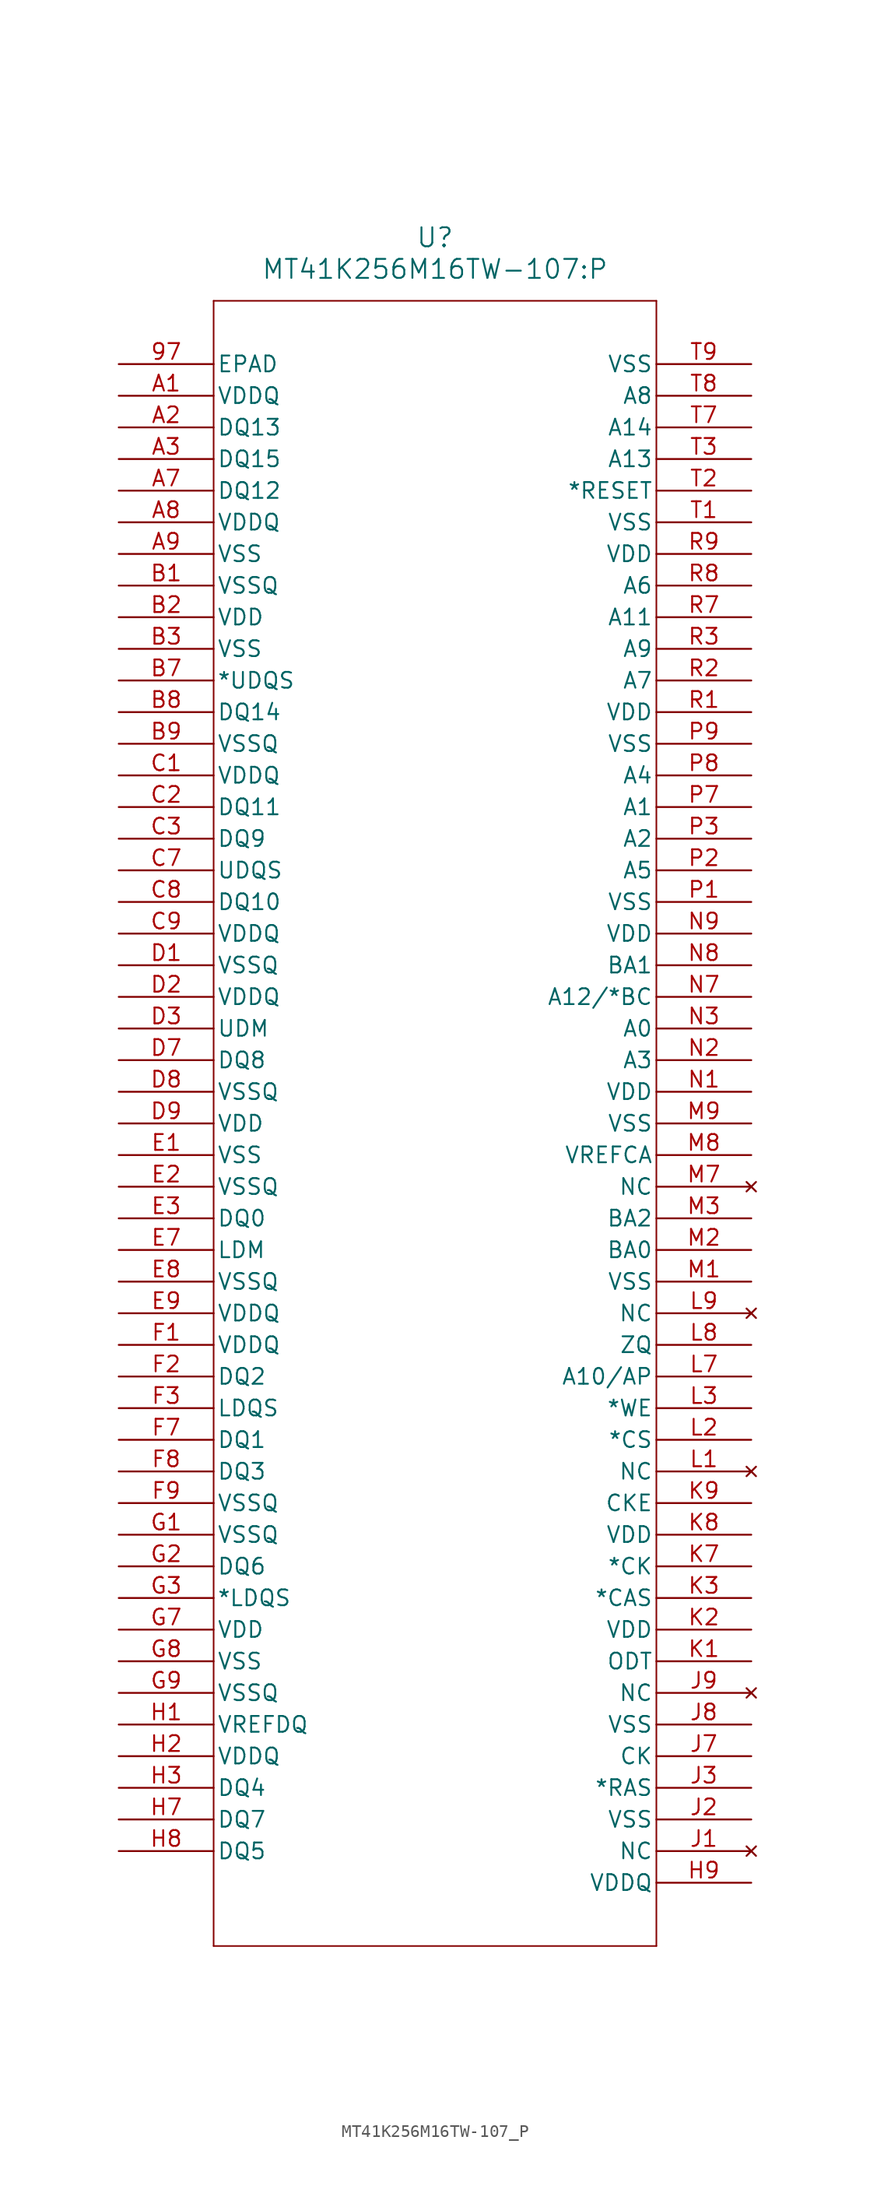
<source format=kicad_sym>
(kicad_symbol_lib
  (version 20211014)
  (generator kicad_symbol_editor)
  (symbol "MT41K256M16TW-107_P"
    (pin_names
      (offset 0.254))
    (property "Reference" "U"
      (at 25.4 10.16 0)
      (effects (font (size 1.524 1.524))))
    (property "Value" "MT41K256M16TW-107:P"
      (at 25.4 7.62 0)
      (effects (font (size 1.524 1.524))))
    (symbol "MT41K256M16TW-107_P_0_1"
      (polyline (pts (xy 7.62 5.08) (xy 7.62 -127)) (stroke (width 0.127) (type default) (color 0 0 0 0)) (fill (type none)))
      (polyline (pts (xy 7.62 -127) (xy 43.18 -127)) (stroke (width 0.127) (type default) (color 0 0 0 0)) (fill (type none)))
      (polyline (pts (xy 43.18 -127) (xy 43.18 5.08)) (stroke (width 0.127) (type default) (color 0 0 0 0)) (fill (type none)))
      (polyline (pts (xy 43.18 5.08) (xy 7.62 5.08)) (stroke (width 0.127) (type default) (color 0 0 0 0)) (fill (type none)))
      (pin unspecified line (at 0 0 0) (length 7.62) (name "EPAD" (effects (font (size 1.27 1.27)))) (number "97" (effects (font (size 1.27 1.27)))))
      (pin power_in line (at 0 -2.54 0) (length 7.62) (name "VDDQ" (effects (font (size 1.27 1.27)))) (number "A1" (effects (font (size 1.27 1.27)))))
      (pin bidirectional line (at 0 -5.08 0) (length 7.62) (name "DQ13" (effects (font (size 1.27 1.27)))) (number "A2" (effects (font (size 1.27 1.27)))))
      (pin bidirectional line (at 0 -7.62 0) (length 7.62) (name "DQ15" (effects (font (size 1.27 1.27)))) (number "A3" (effects (font (size 1.27 1.27)))))
      (pin bidirectional line (at 0 -10.16 0) (length 7.62) (name "DQ12" (effects (font (size 1.27 1.27)))) (number "A7" (effects (font (size 1.27 1.27)))))
      (pin power_in line (at 0 -12.7 0) (length 7.62) (name "VDDQ" (effects (font (size 1.27 1.27)))) (number "A8" (effects (font (size 1.27 1.27)))))
      (pin power_in line (at 0 -15.24 0) (length 7.62) (name "VSS" (effects (font (size 1.27 1.27)))) (number "A9" (effects (font (size 1.27 1.27)))))
      (pin power_in line (at 0 -17.78 0) (length 7.62) (name "VSSQ" (effects (font (size 1.27 1.27)))) (number "B1" (effects (font (size 1.27 1.27)))))
      (pin power_in line (at 0 -20.32 0) (length 7.62) (name "VDD" (effects (font (size 1.27 1.27)))) (number "B2" (effects (font (size 1.27 1.27)))))
      (pin power_in line (at 0 -22.86 0) (length 7.62) (name "VSS" (effects (font (size 1.27 1.27)))) (number "B3" (effects (font (size 1.27 1.27)))))
      (pin bidirectional line (at 0 -25.4 0) (length 7.62) (name "*UDQS" (effects (font (size 1.27 1.27)))) (number "B7" (effects (font (size 1.27 1.27)))))
      (pin bidirectional line (at 0 -27.94 0) (length 7.62) (name "DQ14" (effects (font (size 1.27 1.27)))) (number "B8" (effects (font (size 1.27 1.27)))))
      (pin power_in line (at 0 -30.48 0) (length 7.62) (name "VSSQ" (effects (font (size 1.27 1.27)))) (number "B9" (effects (font (size 1.27 1.27)))))
      (pin power_in line (at 0 -33.02 0) (length 7.62) (name "VDDQ" (effects (font (size 1.27 1.27)))) (number "C1" (effects (font (size 1.27 1.27)))))
      (pin bidirectional line (at 0 -35.56 0) (length 7.62) (name "DQ11" (effects (font (size 1.27 1.27)))) (number "C2" (effects (font (size 1.27 1.27)))))
      (pin bidirectional line (at 0 -38.1 0) (length 7.62) (name "DQ9" (effects (font (size 1.27 1.27)))) (number "C3" (effects (font (size 1.27 1.27)))))
      (pin bidirectional line (at 0 -40.64 0) (length 7.62) (name "UDQS" (effects (font (size 1.27 1.27)))) (number "C7" (effects (font (size 1.27 1.27)))))
      (pin bidirectional line (at 0 -43.18 0) (length 7.62) (name "DQ10" (effects (font (size 1.27 1.27)))) (number "C8" (effects (font (size 1.27 1.27)))))
      (pin power_in line (at 0 -45.72 0) (length 7.62) (name "VDDQ" (effects (font (size 1.27 1.27)))) (number "C9" (effects (font (size 1.27 1.27)))))
      (pin power_in line (at 0 -48.26 0) (length 7.62) (name "VSSQ" (effects (font (size 1.27 1.27)))) (number "D1" (effects (font (size 1.27 1.27)))))
      (pin power_in line (at 0 -50.8 0) (length 7.62) (name "VDDQ" (effects (font (size 1.27 1.27)))) (number "D2" (effects (font (size 1.27 1.27)))))
      (pin input line (at 0 -53.34 0) (length 7.62) (name "UDM" (effects (font (size 1.27 1.27)))) (number "D3" (effects (font (size 1.27 1.27)))))
      (pin bidirectional line (at 0 -55.88 0) (length 7.62) (name "DQ8" (effects (font (size 1.27 1.27)))) (number "D7" (effects (font (size 1.27 1.27)))))
      (pin power_in line (at 0 -58.42 0) (length 7.62) (name "VSSQ" (effects (font (size 1.27 1.27)))) (number "D8" (effects (font (size 1.27 1.27)))))
      (pin power_in line (at 0 -60.96 0) (length 7.62) (name "VDD" (effects (font (size 1.27 1.27)))) (number "D9" (effects (font (size 1.27 1.27)))))
      (pin power_in line (at 0 -63.5 0) (length 7.62) (name "VSS" (effects (font (size 1.27 1.27)))) (number "E1" (effects (font (size 1.27 1.27)))))
      (pin power_in line (at 0 -66.04 0) (length 7.62) (name "VSSQ" (effects (font (size 1.27 1.27)))) (number "E2" (effects (font (size 1.27 1.27)))))
      (pin bidirectional line (at 0 -68.58 0) (length 7.62) (name "DQ0" (effects (font (size 1.27 1.27)))) (number "E3" (effects (font (size 1.27 1.27)))))
      (pin input line (at 0 -71.12 0) (length 7.62) (name "LDM" (effects (font (size 1.27 1.27)))) (number "E7" (effects (font (size 1.27 1.27)))))
      (pin power_in line (at 0 -73.66 0) (length 7.62) (name "VSSQ" (effects (font (size 1.27 1.27)))) (number "E8" (effects (font (size 1.27 1.27)))))
      (pin power_in line (at 0 -76.2 0) (length 7.62) (name "VDDQ" (effects (font (size 1.27 1.27)))) (number "E9" (effects (font (size 1.27 1.27)))))
      (pin power_in line (at 0 -78.74 0) (length 7.62) (name "VDDQ" (effects (font (size 1.27 1.27)))) (number "F1" (effects (font (size 1.27 1.27)))))
      (pin bidirectional line (at 0 -81.28 0) (length 7.62) (name "DQ2" (effects (font (size 1.27 1.27)))) (number "F2" (effects (font (size 1.27 1.27)))))
      (pin bidirectional line (at 0 -83.82 0) (length 7.62) (name "LDQS" (effects (font (size 1.27 1.27)))) (number "F3" (effects (font (size 1.27 1.27)))))
      (pin bidirectional line (at 0 -86.36 0) (length 7.62) (name "DQ1" (effects (font (size 1.27 1.27)))) (number "F7" (effects (font (size 1.27 1.27)))))
      (pin bidirectional line (at 0 -88.9 0) (length 7.62) (name "DQ3" (effects (font (size 1.27 1.27)))) (number "F8" (effects (font (size 1.27 1.27)))))
      (pin power_in line (at 0 -91.44 0) (length 7.62) (name "VSSQ" (effects (font (size 1.27 1.27)))) (number "F9" (effects (font (size 1.27 1.27)))))
      (pin power_in line (at 0 -93.98 0) (length 7.62) (name "VSSQ" (effects (font (size 1.27 1.27)))) (number "G1" (effects (font (size 1.27 1.27)))))
      (pin bidirectional line (at 0 -96.52 0) (length 7.62) (name "DQ6" (effects (font (size 1.27 1.27)))) (number "G2" (effects (font (size 1.27 1.27)))))
      (pin bidirectional line (at 0 -99.06 0) (length 7.62) (name "*LDQS" (effects (font (size 1.27 1.27)))) (number "G3" (effects (font (size 1.27 1.27)))))
      (pin power_in line (at 0 -101.6 0) (length 7.62) (name "VDD" (effects (font (size 1.27 1.27)))) (number "G7" (effects (font (size 1.27 1.27)))))
      (pin power_in line (at 0 -104.14 0) (length 7.62) (name "VSS" (effects (font (size 1.27 1.27)))) (number "G8" (effects (font (size 1.27 1.27)))))
      (pin power_in line (at 0 -106.68 0) (length 7.62) (name "VSSQ" (effects (font (size 1.27 1.27)))) (number "G9" (effects (font (size 1.27 1.27)))))
      (pin power_in line (at 0 -109.22 0) (length 7.62) (name "VREFDQ" (effects (font (size 1.27 1.27)))) (number "H1" (effects (font (size 1.27 1.27)))))
      (pin power_in line (at 0 -111.76 0) (length 7.62) (name "VDDQ" (effects (font (size 1.27 1.27)))) (number "H2" (effects (font (size 1.27 1.27)))))
      (pin bidirectional line (at 0 -114.3 0) (length 7.62) (name "DQ4" (effects (font (size 1.27 1.27)))) (number "H3" (effects (font (size 1.27 1.27)))))
      (pin bidirectional line (at 0 -116.84 0) (length 7.62) (name "DQ7" (effects (font (size 1.27 1.27)))) (number "H7" (effects (font (size 1.27 1.27)))))
      (pin bidirectional line (at 0 -119.38 0) (length 7.62) (name "DQ5" (effects (font (size 1.27 1.27)))) (number "H8" (effects (font (size 1.27 1.27)))))
      (pin power_in line (at 50.8 -121.92 180) (length 7.62) (name "VDDQ" (effects (font (size 1.27 1.27)))) (number "H9" (effects (font (size 1.27 1.27)))))
      (pin no_connect line (at 50.8 -119.38 180) (length 7.62) (name "NC" (effects (font (size 1.27 1.27)))) (number "J1" (effects (font (size 1.27 1.27)))))
      (pin power_in line (at 50.8 -116.84 180) (length 7.62) (name "VSS" (effects (font (size 1.27 1.27)))) (number "J2" (effects (font (size 1.27 1.27)))))
      (pin input line (at 50.8 -114.3 180) (length 7.62) (name "*RAS" (effects (font (size 1.27 1.27)))) (number "J3" (effects (font (size 1.27 1.27)))))
      (pin input line (at 50.8 -111.76 180) (length 7.62) (name "CK" (effects (font (size 1.27 1.27)))) (number "J7" (effects (font (size 1.27 1.27)))))
      (pin power_in line (at 50.8 -109.22 180) (length 7.62) (name "VSS" (effects (font (size 1.27 1.27)))) (number "J8" (effects (font (size 1.27 1.27)))))
      (pin no_connect line (at 50.8 -106.68 180) (length 7.62) (name "NC" (effects (font (size 1.27 1.27)))) (number "J9" (effects (font (size 1.27 1.27)))))
      (pin input line (at 50.8 -104.14 180) (length 7.62) (name "ODT" (effects (font (size 1.27 1.27)))) (number "K1" (effects (font (size 1.27 1.27)))))
      (pin power_in line (at 50.8 -101.6 180) (length 7.62) (name "VDD" (effects (font (size 1.27 1.27)))) (number "K2" (effects (font (size 1.27 1.27)))))
      (pin input line (at 50.8 -99.06 180) (length 7.62) (name "*CAS" (effects (font (size 1.27 1.27)))) (number "K3" (effects (font (size 1.27 1.27)))))
      (pin input line (at 50.8 -96.52 180) (length 7.62) (name "*CK" (effects (font (size 1.27 1.27)))) (number "K7" (effects (font (size 1.27 1.27)))))
      (pin power_in line (at 50.8 -93.98 180) (length 7.62) (name "VDD" (effects (font (size 1.27 1.27)))) (number "K8" (effects (font (size 1.27 1.27)))))
      (pin input line (at 50.8 -91.44 180) (length 7.62) (name "CKE" (effects (font (size 1.27 1.27)))) (number "K9" (effects (font (size 1.27 1.27)))))
      (pin no_connect line (at 50.8 -88.9 180) (length 7.62) (name "NC" (effects (font (size 1.27 1.27)))) (number "L1" (effects (font (size 1.27 1.27)))))
      (pin input line (at 50.8 -86.36 180) (length 7.62) (name "*CS" (effects (font (size 1.27 1.27)))) (number "L2" (effects (font (size 1.27 1.27)))))
      (pin input line (at 50.8 -83.82 180) (length 7.62) (name "*WE" (effects (font (size 1.27 1.27)))) (number "L3" (effects (font (size 1.27 1.27)))))
      (pin input line (at 50.8 -81.28 180) (length 7.62) (name "A10/AP" (effects (font (size 1.27 1.27)))) (number "L7" (effects (font (size 1.27 1.27)))))
      (pin unspecified line (at 50.8 -78.74 180) (length 7.62) (name "ZQ" (effects (font (size 1.27 1.27)))) (number "L8" (effects (font (size 1.27 1.27)))))
      (pin no_connect line (at 50.8 -76.2 180) (length 7.62) (name "NC" (effects (font (size 1.27 1.27)))) (number "L9" (effects (font (size 1.27 1.27)))))
      (pin power_in line (at 50.8 -73.66 180) (length 7.62) (name "VSS" (effects (font (size 1.27 1.27)))) (number "M1" (effects (font (size 1.27 1.27)))))
      (pin input line (at 50.8 -71.12 180) (length 7.62) (name "BA0" (effects (font (size 1.27 1.27)))) (number "M2" (effects (font (size 1.27 1.27)))))
      (pin input line (at 50.8 -68.58 180) (length 7.62) (name "BA2" (effects (font (size 1.27 1.27)))) (number "M3" (effects (font (size 1.27 1.27)))))
      (pin no_connect line (at 50.8 -66.04 180) (length 7.62) (name "NC" (effects (font (size 1.27 1.27)))) (number "M7" (effects (font (size 1.27 1.27)))))
      (pin power_in line (at 50.8 -63.5 180) (length 7.62) (name "VREFCA" (effects (font (size 1.27 1.27)))) (number "M8" (effects (font (size 1.27 1.27)))))
      (pin power_in line (at 50.8 -60.96 180) (length 7.62) (name "VSS" (effects (font (size 1.27 1.27)))) (number "M9" (effects (font (size 1.27 1.27)))))
      (pin power_in line (at 50.8 -58.42 180) (length 7.62) (name "VDD" (effects (font (size 1.27 1.27)))) (number "N1" (effects (font (size 1.27 1.27)))))
      (pin input line (at 50.8 -55.88 180) (length 7.62) (name "A3" (effects (font (size 1.27 1.27)))) (number "N2" (effects (font (size 1.27 1.27)))))
      (pin input line (at 50.8 -53.34 180) (length 7.62) (name "A0" (effects (font (size 1.27 1.27)))) (number "N3" (effects (font (size 1.27 1.27)))))
      (pin input line (at 50.8 -50.8 180) (length 7.62) (name "A12/*BC" (effects (font (size 1.27 1.27)))) (number "N7" (effects (font (size 1.27 1.27)))))
      (pin input line (at 50.8 -48.26 180) (length 7.62) (name "BA1" (effects (font (size 1.27 1.27)))) (number "N8" (effects (font (size 1.27 1.27)))))
      (pin power_in line (at 50.8 -45.72 180) (length 7.62) (name "VDD" (effects (font (size 1.27 1.27)))) (number "N9" (effects (font (size 1.27 1.27)))))
      (pin power_in line (at 50.8 -43.18 180) (length 7.62) (name "VSS" (effects (font (size 1.27 1.27)))) (number "P1" (effects (font (size 1.27 1.27)))))
      (pin input line (at 50.8 -40.64 180) (length 7.62) (name "A5" (effects (font (size 1.27 1.27)))) (number "P2" (effects (font (size 1.27 1.27)))))
      (pin input line (at 50.8 -38.1 180) (length 7.62) (name "A2" (effects (font (size 1.27 1.27)))) (number "P3" (effects (font (size 1.27 1.27)))))
      (pin input line (at 50.8 -35.56 180) (length 7.62) (name "A1" (effects (font (size 1.27 1.27)))) (number "P7" (effects (font (size 1.27 1.27)))))
      (pin input line (at 50.8 -33.02 180) (length 7.62) (name "A4" (effects (font (size 1.27 1.27)))) (number "P8" (effects (font (size 1.27 1.27)))))
      (pin power_in line (at 50.8 -30.48 180) (length 7.62) (name "VSS" (effects (font (size 1.27 1.27)))) (number "P9" (effects (font (size 1.27 1.27)))))
      (pin power_in line (at 50.8 -27.94 180) (length 7.62) (name "VDD" (effects (font (size 1.27 1.27)))) (number "R1" (effects (font (size 1.27 1.27)))))
      (pin input line (at 50.8 -25.4 180) (length 7.62) (name "A7" (effects (font (size 1.27 1.27)))) (number "R2" (effects (font (size 1.27 1.27)))))
      (pin input line (at 50.8 -22.86 180) (length 7.62) (name "A9" (effects (font (size 1.27 1.27)))) (number "R3" (effects (font (size 1.27 1.27)))))
      (pin input line (at 50.8 -20.32 180) (length 7.62) (name "A11" (effects (font (size 1.27 1.27)))) (number "R7" (effects (font (size 1.27 1.27)))))
      (pin input line (at 50.8 -17.78 180) (length 7.62) (name "A6" (effects (font (size 1.27 1.27)))) (number "R8" (effects (font (size 1.27 1.27)))))
      (pin power_in line (at 50.8 -15.24 180) (length 7.62) (name "VDD" (effects (font (size 1.27 1.27)))) (number "R9" (effects (font (size 1.27 1.27)))))
      (pin power_in line (at 50.8 -12.7 180) (length 7.62) (name "VSS" (effects (font (size 1.27 1.27)))) (number "T1" (effects (font (size 1.27 1.27)))))
      (pin input line (at 50.8 -10.16 180) (length 7.62) (name "*RESET" (effects (font (size 1.27 1.27)))) (number "T2" (effects (font (size 1.27 1.27)))))
      (pin input line (at 50.8 -7.62 180) (length 7.62) (name "A13" (effects (font (size 1.27 1.27)))) (number "T3" (effects (font (size 1.27 1.27)))))
      (pin input line (at 50.8 -5.08 180) (length 7.62) (name "A14" (effects (font (size 1.27 1.27)))) (number "T7" (effects (font (size 1.27 1.27)))))
      (pin input line (at 50.8 -2.54 180) (length 7.62) (name "A8" (effects (font (size 1.27 1.27)))) (number "T8" (effects (font (size 1.27 1.27)))))
      (pin power_in line (at 50.8 0 180) (length 7.62) (name "VSS" (effects (font (size 1.27 1.27)))) (number "T9" (effects (font (size 1.27 1.27))))))))
</source>
